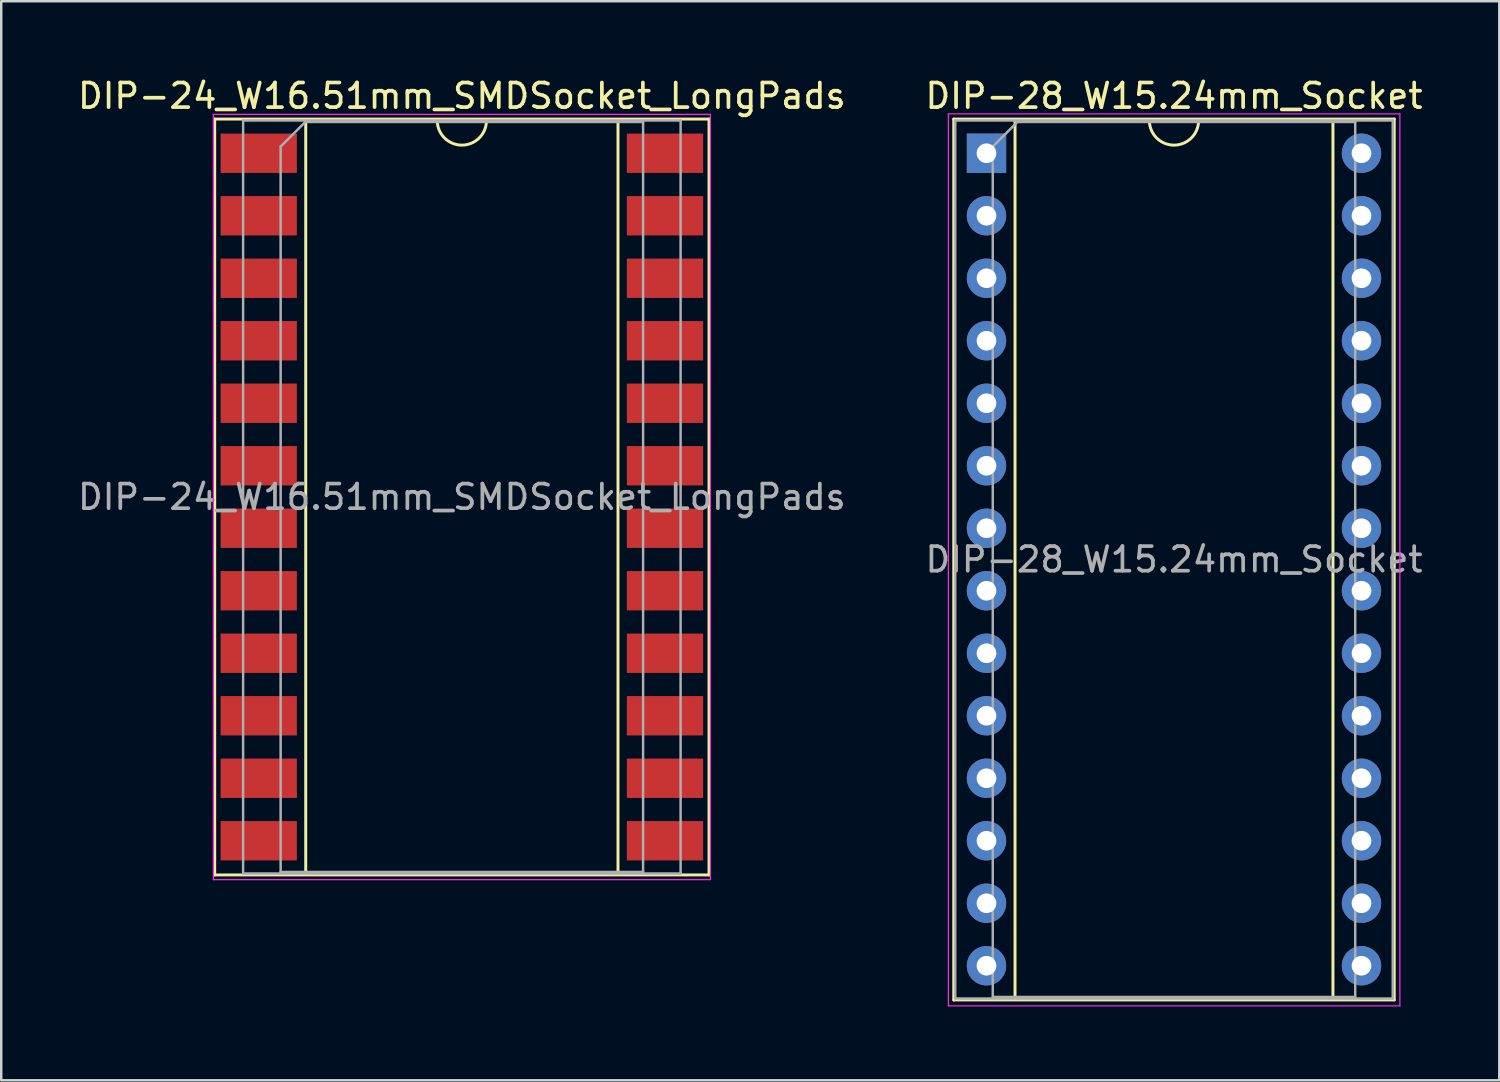
<source format=kicad_pcb>
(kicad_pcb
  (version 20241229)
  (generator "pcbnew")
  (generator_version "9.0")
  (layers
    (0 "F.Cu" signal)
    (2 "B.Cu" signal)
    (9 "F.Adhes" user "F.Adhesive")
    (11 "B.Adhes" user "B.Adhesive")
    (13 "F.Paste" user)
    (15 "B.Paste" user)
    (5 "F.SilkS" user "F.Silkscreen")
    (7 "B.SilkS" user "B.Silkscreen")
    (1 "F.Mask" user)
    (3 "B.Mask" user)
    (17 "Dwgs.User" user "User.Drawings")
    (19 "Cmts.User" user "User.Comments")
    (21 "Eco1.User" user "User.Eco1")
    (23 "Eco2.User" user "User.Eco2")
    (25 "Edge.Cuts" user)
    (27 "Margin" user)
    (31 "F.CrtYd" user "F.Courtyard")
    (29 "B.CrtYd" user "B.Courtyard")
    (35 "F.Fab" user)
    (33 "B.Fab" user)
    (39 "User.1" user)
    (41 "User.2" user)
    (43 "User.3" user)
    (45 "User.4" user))
  (footprint "DIP-24_W16.51mm_SMDSocket_LongPads"
    (layer "F.Cu")
    (at 15.72 17.148)
    (property "Reference" "DIP-24_W16.51mm_SMDSocket_LongPads" (at 0 -16.3 0) (layer "F.SilkS") (effects (font (size 1 1) (thickness 0.15))))
    (attr smd)
    (fp_line (start -10.045 -15.36) (end -10.045 15.36) (stroke (width 0.12) (type solid)) (layer "F.SilkS"))
    (fp_line (start -10.045 15.36) (end 10.045 15.36) (stroke (width 0.12) (type solid)) (layer "F.SilkS"))
    (fp_line (start -6.345 -15.3) (end -6.345 15.3) (stroke (width 0.12) (type solid)) (layer "F.SilkS"))
    (fp_line (start -6.345 15.3) (end 6.345 15.3) (stroke (width 0.12) (type solid)) (layer "F.SilkS"))
    (fp_line (start -1 -15.3) (end -6.345 -15.3) (stroke (width 0.12) (type solid)) (layer "F.SilkS"))
    (fp_line (start 6.345 -15.3) (end 1 -15.3) (stroke (width 0.12) (type solid)) (layer "F.SilkS"))
    (fp_line (start 6.345 15.3) (end 6.345 -15.3) (stroke (width 0.12) (type solid)) (layer "F.SilkS"))
    (fp_line (start 10.045 -15.36) (end -10.045 -15.36) (stroke (width 0.12) (type solid)) (layer "F.SilkS"))
    (fp_line (start 10.045 15.36) (end 10.045 -15.36) (stroke (width 0.12) (type solid)) (layer "F.SilkS"))
    (fp_arc (start 1 -15.3) (mid 0 -14.3) (end -1 -15.3) (stroke (width 0.12) (type solid)) (layer "F.SilkS"))
    (fp_line (start -10.1 -15.55) (end -10.1 15.55) (stroke (width 0.05) (type solid)) (layer "F.CrtYd"))
    (fp_line (start -10.1 15.55) (end 10.1 15.55) (stroke (width 0.05) (type solid)) (layer "F.CrtYd"))
    (fp_line (start 10.1 -15.55) (end -10.1 -15.55) (stroke (width 0.05) (type solid)) (layer "F.CrtYd"))
    (fp_line (start 10.1 15.55) (end 10.1 -15.55) (stroke (width 0.05) (type solid)) (layer "F.CrtYd"))
    (fp_line (start -8.89 -15.3) (end -8.89 15.3) (stroke (width 0.1) (type solid)) (layer "F.Fab"))
    (fp_line (start -8.89 15.3) (end 8.89 15.3) (stroke (width 0.1) (type solid)) (layer "F.Fab"))
    (fp_line (start -7.365 -14.24) (end -6.365 -15.24) (stroke (width 0.1) (type solid)) (layer "F.Fab"))
    (fp_line (start -7.365 15.24) (end -7.365 -14.24) (stroke (width 0.1) (type solid)) (layer "F.Fab"))
    (fp_line (start -6.365 -15.24) (end 7.365 -15.24) (stroke (width 0.1) (type solid)) (layer "F.Fab"))
    (fp_line (start 7.365 -15.24) (end 7.365 15.24) (stroke (width 0.1) (type solid)) (layer "F.Fab"))
    (fp_line (start 7.365 15.24) (end -7.365 15.24) (stroke (width 0.1) (type solid)) (layer "F.Fab"))
    (fp_line (start 8.89 -15.3) (end -8.89 -15.3) (stroke (width 0.1) (type solid)) (layer "F.Fab"))
    (fp_line (start 8.89 15.3) (end 8.89 -15.3) (stroke (width 0.1) (type solid)) (layer "F.Fab"))
    (fp_text user "${REFERENCE}" (at 0 0 0) (layer "F.Fab") (effects (font (size 1 1) (thickness 0.15))))
    (pad "1" smd rect (at -8.255 -13.97) (size 3.1 1.6) (layers "F.Cu" "F.Mask" "F.Paste"))
    (pad "2" smd rect (at -8.255 -11.43) (size 3.1 1.6) (layers "F.Cu" "F.Mask" "F.Paste"))
    (pad "3" smd rect (at -8.255 -8.89) (size 3.1 1.6) (layers "F.Cu" "F.Mask" "F.Paste"))
    (pad "4" smd rect (at -8.255 -6.35) (size 3.1 1.6) (layers "F.Cu" "F.Mask" "F.Paste"))
    (pad "5" smd rect (at -8.255 -3.81) (size 3.1 1.6) (layers "F.Cu" "F.Mask" "F.Paste"))
    (pad "6" smd rect (at -8.255 -1.27) (size 3.1 1.6) (layers "F.Cu" "F.Mask" "F.Paste"))
    (pad "7" smd rect (at -8.255 1.27) (size 3.1 1.6) (layers "F.Cu" "F.Mask" "F.Paste"))
    (pad "8" smd rect (at -8.255 3.81) (size 3.1 1.6) (layers "F.Cu" "F.Mask" "F.Paste"))
    (pad "9" smd rect (at -8.255 6.35) (size 3.1 1.6) (layers "F.Cu" "F.Mask" "F.Paste"))
    (pad "10" smd rect (at -8.255 8.89) (size 3.1 1.6) (layers "F.Cu" "F.Mask" "F.Paste"))
    (pad "11" smd rect (at -8.255 11.43) (size 3.1 1.6) (layers "F.Cu" "F.Mask" "F.Paste"))
    (pad "12" smd rect (at -8.255 13.97) (size 3.1 1.6) (layers "F.Cu" "F.Mask" "F.Paste"))
    (pad "13" smd rect (at 8.255 13.97) (size 3.1 1.6) (layers "F.Cu" "F.Mask" "F.Paste"))
    (pad "14" smd rect (at 8.255 11.43) (size 3.1 1.6) (layers "F.Cu" "F.Mask" "F.Paste"))
    (pad "15" smd rect (at 8.255 8.89) (size 3.1 1.6) (layers "F.Cu" "F.Mask" "F.Paste"))
    (pad "16" smd rect (at 8.255 6.35) (size 3.1 1.6) (layers "F.Cu" "F.Mask" "F.Paste"))
    (pad "17" smd rect (at 8.255 3.81) (size 3.1 1.6) (layers "F.Cu" "F.Mask" "F.Paste"))
    (pad "18" smd rect (at 8.255 1.27) (size 3.1 1.6) (layers "F.Cu" "F.Mask" "F.Paste"))
    (pad "19" smd rect (at 8.255 -1.27) (size 3.1 1.6) (layers "F.Cu" "F.Mask" "F.Paste"))
    (pad "20" smd rect (at 8.255 -3.81) (size 3.1 1.6) (layers "F.Cu" "F.Mask" "F.Paste"))
    (pad "21" smd rect (at 8.255 -6.35) (size 3.1 1.6) (layers "F.Cu" "F.Mask" "F.Paste"))
    (pad "22" smd rect (at 8.255 -8.89) (size 3.1 1.6) (layers "F.Cu" "F.Mask" "F.Paste"))
    (pad "23" smd rect (at 8.255 -11.43) (size 3.1 1.6) (layers "F.Cu" "F.Mask" "F.Paste"))
    (pad "24" smd rect (at 8.255 -13.97) (size 3.1 1.6) (layers "F.Cu" "F.Mask" "F.Paste")))
  (footprint "DIP-28_W15.24mm_Socket"
    (layer "F.Cu")
    (at 37.041 3.178)
    (property "Reference" "DIP-28_W15.24mm_Socket" (at 7.62 -2.33 0) (layer "F.SilkS") (effects (font (size 1 1) (thickness 0.15))))
    (attr through_hole)
    (fp_line (start -1.33 -1.39) (end -1.33 34.41) (stroke (width 0.12) (type solid)) (layer "F.SilkS"))
    (fp_line (start -1.33 34.41) (end 16.57 34.41) (stroke (width 0.12) (type solid)) (layer "F.SilkS"))
    (fp_line (start 1.16 -1.33) (end 1.16 34.35) (stroke (width 0.12) (type solid)) (layer "F.SilkS"))
    (fp_line (start 1.16 34.35) (end 14.08 34.35) (stroke (width 0.12) (type solid)) (layer "F.SilkS"))
    (fp_line (start 6.62 -1.33) (end 1.16 -1.33) (stroke (width 0.12) (type solid)) (layer "F.SilkS"))
    (fp_line (start 14.08 -1.33) (end 8.62 -1.33) (stroke (width 0.12) (type solid)) (layer "F.SilkS"))
    (fp_line (start 14.08 34.35) (end 14.08 -1.33) (stroke (width 0.12) (type solid)) (layer "F.SilkS"))
    (fp_line (start 16.57 -1.39) (end -1.33 -1.39) (stroke (width 0.12) (type solid)) (layer "F.SilkS"))
    (fp_line (start 16.57 34.41) (end 16.57 -1.39) (stroke (width 0.12) (type solid)) (layer "F.SilkS"))
    (fp_arc (start 8.62 -1.33) (mid 7.62 -0.33) (end 6.62 -1.33) (stroke (width 0.12) (type solid)) (layer "F.SilkS"))
    (fp_line (start -1.55 -1.6) (end -1.55 34.65) (stroke (width 0.05) (type solid)) (layer "F.CrtYd"))
    (fp_line (start -1.55 34.65) (end 16.8 34.65) (stroke (width 0.05) (type solid)) (layer "F.CrtYd"))
    (fp_line (start 16.8 -1.6) (end -1.55 -1.6) (stroke (width 0.05) (type solid)) (layer "F.CrtYd"))
    (fp_line (start 16.8 34.65) (end 16.8 -1.6) (stroke (width 0.05) (type solid)) (layer "F.CrtYd"))
    (fp_line (start -1.27 -1.33) (end -1.27 34.35) (stroke (width 0.1) (type solid)) (layer "F.Fab"))
    (fp_line (start -1.27 34.35) (end 16.51 34.35) (stroke (width 0.1) (type solid)) (layer "F.Fab"))
    (fp_line (start 0.255 -0.27) (end 1.255 -1.27) (stroke (width 0.1) (type solid)) (layer "F.Fab"))
    (fp_line (start 0.255 34.29) (end 0.255 -0.27) (stroke (width 0.1) (type solid)) (layer "F.Fab"))
    (fp_line (start 1.255 -1.27) (end 14.985 -1.27) (stroke (width 0.1) (type solid)) (layer "F.Fab"))
    (fp_line (start 14.985 -1.27) (end 14.985 34.29) (stroke (width 0.1) (type solid)) (layer "F.Fab"))
    (fp_line (start 14.985 34.29) (end 0.255 34.29) (stroke (width 0.1) (type solid)) (layer "F.Fab"))
    (fp_line (start 16.51 -1.33) (end -1.27 -1.33) (stroke (width 0.1) (type solid)) (layer "F.Fab"))
    (fp_line (start 16.51 34.35) (end 16.51 -1.33) (stroke (width 0.1) (type solid)) (layer "F.Fab"))
    (fp_text user "${REFERENCE}" (at 7.62 16.51 0) (layer "F.Fab") (effects (font (size 1 1) (thickness 0.15))))
    (pad "1" thru_hole rect (at 0 0) (size 1.6 1.6) (drill 0.8) (layers "*.Cu" "*.Mask"))
    (pad "2" thru_hole oval (at 0 2.54) (size 1.6 1.6) (drill 0.8) (layers "*.Cu" "*.Mask"))
    (pad "3" thru_hole oval (at 0 5.08) (size 1.6 1.6) (drill 0.8) (layers "*.Cu" "*.Mask"))
    (pad "4" thru_hole oval (at 0 7.62) (size 1.6 1.6) (drill 0.8) (layers "*.Cu" "*.Mask"))
    (pad "5" thru_hole oval (at 0 10.16) (size 1.6 1.6) (drill 0.8) (layers "*.Cu" "*.Mask"))
    (pad "6" thru_hole oval (at 0 12.7) (size 1.6 1.6) (drill 0.8) (layers "*.Cu" "*.Mask"))
    (pad "7" thru_hole oval (at 0 15.24) (size 1.6 1.6) (drill 0.8) (layers "*.Cu" "*.Mask"))
    (pad "8" thru_hole oval (at 0 17.78) (size 1.6 1.6) (drill 0.8) (layers "*.Cu" "*.Mask"))
    (pad "9" thru_hole oval (at 0 20.32) (size 1.6 1.6) (drill 0.8) (layers "*.Cu" "*.Mask"))
    (pad "10" thru_hole oval (at 0 22.86) (size 1.6 1.6) (drill 0.8) (layers "*.Cu" "*.Mask"))
    (pad "11" thru_hole oval (at 0 25.4) (size 1.6 1.6) (drill 0.8) (layers "*.Cu" "*.Mask"))
    (pad "12" thru_hole oval (at 0 27.94) (size 1.6 1.6) (drill 0.8) (layers "*.Cu" "*.Mask"))
    (pad "13" thru_hole oval (at 0 30.48) (size 1.6 1.6) (drill 0.8) (layers "*.Cu" "*.Mask"))
    (pad "14" thru_hole oval (at 0 33.02) (size 1.6 1.6) (drill 0.8) (layers "*.Cu" "*.Mask"))
    (pad "15" thru_hole oval (at 15.24 33.02) (size 1.6 1.6) (drill 0.8) (layers "*.Cu" "*.Mask"))
    (pad "16" thru_hole oval (at 15.24 30.48) (size 1.6 1.6) (drill 0.8) (layers "*.Cu" "*.Mask"))
    (pad "17" thru_hole oval (at 15.24 27.94) (size 1.6 1.6) (drill 0.8) (layers "*.Cu" "*.Mask"))
    (pad "18" thru_hole oval (at 15.24 25.4) (size 1.6 1.6) (drill 0.8) (layers "*.Cu" "*.Mask"))
    (pad "19" thru_hole oval (at 15.24 22.86) (size 1.6 1.6) (drill 0.8) (layers "*.Cu" "*.Mask"))
    (pad "20" thru_hole oval (at 15.24 20.32) (size 1.6 1.6) (drill 0.8) (layers "*.Cu" "*.Mask"))
    (pad "21" thru_hole oval (at 15.24 17.78) (size 1.6 1.6) (drill 0.8) (layers "*.Cu" "*.Mask"))
    (pad "22" thru_hole oval (at 15.24 15.24) (size 1.6 1.6) (drill 0.8) (layers "*.Cu" "*.Mask"))
    (pad "23" thru_hole oval (at 15.24 12.7) (size 1.6 1.6) (drill 0.8) (layers "*.Cu" "*.Mask"))
    (pad "24" thru_hole oval (at 15.24 10.16) (size 1.6 1.6) (drill 0.8) (layers "*.Cu" "*.Mask"))
    (pad "25" thru_hole oval (at 15.24 7.62) (size 1.6 1.6) (drill 0.8) (layers "*.Cu" "*.Mask"))
    (pad "26" thru_hole oval (at 15.24 5.08) (size 1.6 1.6) (drill 0.8) (layers "*.Cu" "*.Mask"))
    (pad "27" thru_hole oval (at 15.24 2.54) (size 1.6 1.6) (drill 0.8) (layers "*.Cu" "*.Mask"))
    (pad "28" thru_hole oval (at 15.24 0) (size 1.6 1.6) (drill 0.8) (layers "*.Cu" "*.Mask")))
  (gr_rect
    (start -3 -3)
    (end 57.881 40.853)
    (stroke (width 0.1) (type default))
    (fill no)
    (layer "Edge.Cuts")))
</source>
